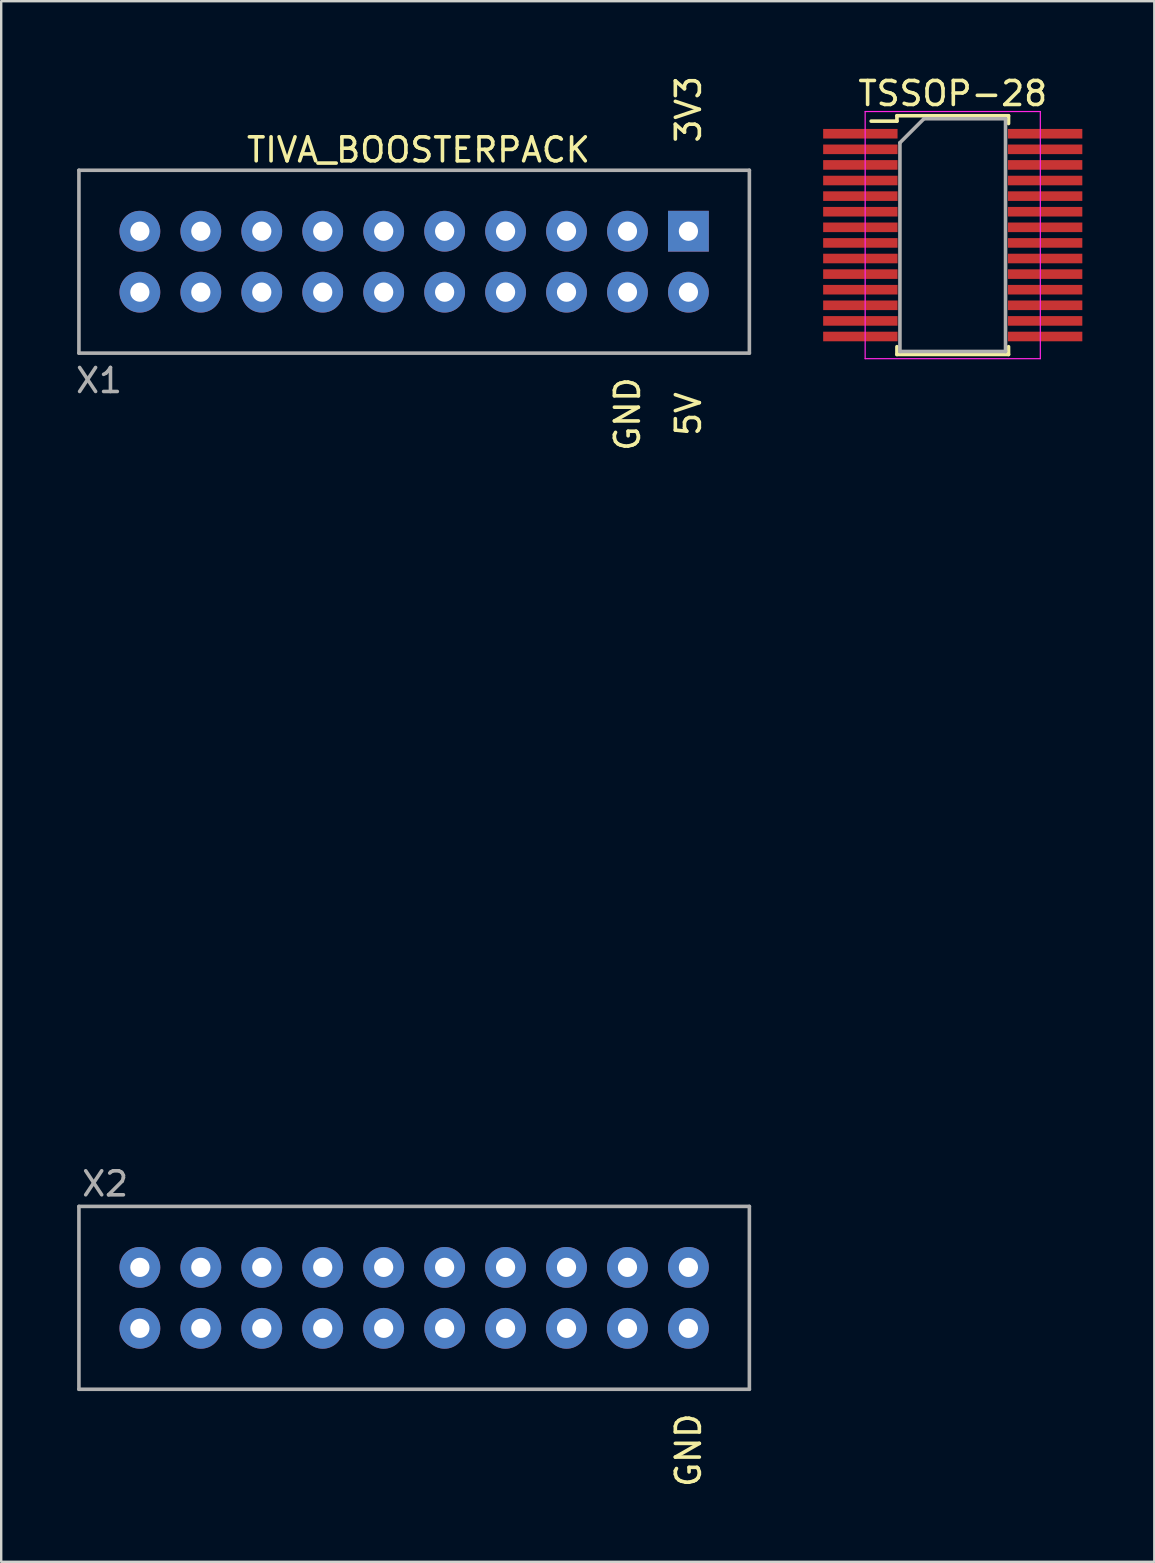
<source format=kicad_pcb>
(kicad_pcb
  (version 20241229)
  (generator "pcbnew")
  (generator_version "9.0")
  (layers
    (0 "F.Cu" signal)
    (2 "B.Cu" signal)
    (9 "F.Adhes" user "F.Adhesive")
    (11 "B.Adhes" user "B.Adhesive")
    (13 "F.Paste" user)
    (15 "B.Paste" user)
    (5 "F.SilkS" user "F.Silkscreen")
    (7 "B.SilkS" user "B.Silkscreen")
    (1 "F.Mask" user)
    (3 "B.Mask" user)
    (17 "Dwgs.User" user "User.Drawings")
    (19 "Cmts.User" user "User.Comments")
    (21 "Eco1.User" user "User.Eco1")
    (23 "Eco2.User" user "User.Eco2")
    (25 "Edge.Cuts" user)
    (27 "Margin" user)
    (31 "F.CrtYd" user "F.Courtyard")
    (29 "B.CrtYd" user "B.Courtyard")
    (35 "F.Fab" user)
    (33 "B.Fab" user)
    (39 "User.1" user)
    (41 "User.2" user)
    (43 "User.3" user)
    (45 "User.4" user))
  (footprint "TSSOP-28"
    (layer "F.Cu")
    (at 36.654 6.748)
    (property "Reference" "TSSOP-28" (at 0 -5.9 0) (layer "F.SilkS") (effects (font (size 1 1) (thickness 0.15))))
    (attr smd)
    (fp_line (start -2.325 -4.975) (end -2.325 -4.75) (stroke (width 0.15) (type solid)) (layer "F.SilkS"))
    (fp_line (start -2.325 -4.975) (end 2.325 -4.975) (stroke (width 0.15) (type solid)) (layer "F.SilkS"))
    (fp_line (start -2.325 -4.75) (end -3.4 -4.75) (stroke (width 0.15) (type solid)) (layer "F.SilkS"))
    (fp_line (start -2.325 4.975) (end -2.325 4.65) (stroke (width 0.15) (type solid)) (layer "F.SilkS"))
    (fp_line (start -2.325 4.975) (end 2.325 4.975) (stroke (width 0.15) (type solid)) (layer "F.SilkS"))
    (fp_line (start 2.325 -4.975) (end 2.325 -4.65) (stroke (width 0.15) (type solid)) (layer "F.SilkS"))
    (fp_line (start 2.325 4.975) (end 2.325 4.65) (stroke (width 0.15) (type solid)) (layer "F.SilkS"))
    (fp_line (start -3.65 -5.15) (end -3.65 5.15) (stroke (width 0.05) (type solid)) (layer "F.CrtYd"))
    (fp_line (start -3.65 -5.15) (end 3.65 -5.15) (stroke (width 0.05) (type solid)) (layer "F.CrtYd"))
    (fp_line (start -3.65 5.15) (end 3.65 5.15) (stroke (width 0.05) (type solid)) (layer "F.CrtYd"))
    (fp_line (start 3.65 -5.15) (end 3.65 5.15) (stroke (width 0.05) (type solid)) (layer "F.CrtYd"))
    (fp_line (start -2.2 -3.85) (end -1.2 -4.85) (stroke (width 0.15) (type solid)) (layer "F.Fab"))
    (fp_line (start -2.2 4.85) (end -2.2 -3.85) (stroke (width 0.15) (type solid)) (layer "F.Fab"))
    (fp_line (start -1.2 -4.85) (end 2.2 -4.85) (stroke (width 0.15) (type solid)) (layer "F.Fab"))
    (fp_line (start 2.2 -4.85) (end 2.2 4.85) (stroke (width 0.15) (type solid)) (layer "F.Fab"))
    (fp_line (start 2.2 4.85) (end -2.2 4.85) (stroke (width 0.15) (type solid)) (layer "F.Fab"))
    (pad "1" smd rect (at -3.85 -4.225) (size 3.1 0.4) (layers "F.Cu" "F.Mask" "F.Paste"))
    (pad "2" smd rect (at -3.85 -3.575) (size 3.1 0.4) (layers "F.Cu" "F.Mask" "F.Paste"))
    (pad "3" smd rect (at -3.85 -2.925) (size 3.1 0.4) (layers "F.Cu" "F.Mask" "F.Paste"))
    (pad "4" smd rect (at -3.85 -2.275) (size 3.1 0.4) (layers "F.Cu" "F.Mask" "F.Paste"))
    (pad "5" smd rect (at -3.85 -1.625) (size 3.1 0.4) (layers "F.Cu" "F.Mask" "F.Paste"))
    (pad "6" smd rect (at -3.85 -0.975) (size 3.1 0.4) (layers "F.Cu" "F.Mask" "F.Paste"))
    (pad "7" smd rect (at -3.85 -0.325) (size 3.1 0.4) (layers "F.Cu" "F.Mask" "F.Paste"))
    (pad "8" smd rect (at -3.85 0.325) (size 3.1 0.4) (layers "F.Cu" "F.Mask" "F.Paste"))
    (pad "9" smd rect (at -3.85 0.975) (size 3.1 0.4) (layers "F.Cu" "F.Mask" "F.Paste"))
    (pad "10" smd rect (at -3.85 1.625) (size 3.1 0.4) (layers "F.Cu" "F.Mask" "F.Paste"))
    (pad "11" smd rect (at -3.85 2.275) (size 3.1 0.4) (layers "F.Cu" "F.Mask" "F.Paste"))
    (pad "12" smd rect (at -3.85 2.925) (size 3.1 0.4) (layers "F.Cu" "F.Mask" "F.Paste"))
    (pad "13" smd rect (at -3.85 3.575) (size 3.1 0.4) (layers "F.Cu" "F.Mask" "F.Paste"))
    (pad "14" smd rect (at -3.85 4.225) (size 3.1 0.4) (layers "F.Cu" "F.Mask" "F.Paste"))
    (pad "15" smd rect (at 3.85 4.225) (size 3.1 0.4) (layers "F.Cu" "F.Mask" "F.Paste"))
    (pad "16" smd rect (at 3.85 3.575) (size 3.1 0.4) (layers "F.Cu" "F.Mask" "F.Paste"))
    (pad "17" smd rect (at 3.85 2.925) (size 3.1 0.4) (layers "F.Cu" "F.Mask" "F.Paste"))
    (pad "18" smd rect (at 3.85 2.275) (size 3.1 0.4) (layers "F.Cu" "F.Mask" "F.Paste"))
    (pad "19" smd rect (at 3.85 1.625) (size 3.1 0.4) (layers "F.Cu" "F.Mask" "F.Paste"))
    (pad "20" smd rect (at 3.85 0.975) (size 3.1 0.4) (layers "F.Cu" "F.Mask" "F.Paste"))
    (pad "21" smd rect (at 3.85 0.325) (size 3.1 0.4) (layers "F.Cu" "F.Mask" "F.Paste"))
    (pad "22" smd rect (at 3.85 -0.325) (size 3.1 0.4) (layers "F.Cu" "F.Mask" "F.Paste"))
    (pad "23" smd rect (at 3.85 -0.975) (size 3.1 0.4) (layers "F.Cu" "F.Mask" "F.Paste"))
    (pad "24" smd rect (at 3.85 -1.625) (size 3.1 0.4) (layers "F.Cu" "F.Mask" "F.Paste"))
    (pad "25" smd rect (at 3.85 -2.275) (size 3.1 0.4) (layers "F.Cu" "F.Mask" "F.Paste"))
    (pad "26" smd rect (at 3.85 -2.925) (size 3.1 0.4) (layers "F.Cu" "F.Mask" "F.Paste"))
    (pad "27" smd rect (at 3.85 -3.575) (size 3.1 0.4) (layers "F.Cu" "F.Mask" "F.Paste"))
    (pad "28" smd rect (at 3.85 -4.225) (size 3.1 0.4) (layers "F.Cu" "F.Mask" "F.Paste")))
  (footprint "TIVA_BOOSTERPACK"
    (layer "F.Cu")
    (at 2.779 9.126)
    (property "Reference" "TIVA_BOOSTERPACK" (at 11.61 -5.93 0) (layer "F.SilkS") (effects (font (size 1 1) (thickness 0.15))))
    (attr through_hole)
    (fp_line (start -2.54 -5.08) (end -2.54 2.54) (stroke (width 0.15) (type solid)) (layer "F.Fab"))
    (fp_line (start -2.54 2.54) (end 25.4 2.54) (stroke (width 0.15) (type solid)) (layer "F.Fab"))
    (fp_line (start -2.54 38.1) (end -2.54 45.72) (stroke (width 0.15) (type solid)) (layer "F.Fab"))
    (fp_line (start -2.54 45.72) (end 25.4 45.72) (stroke (width 0.15) (type solid)) (layer "F.Fab"))
    (fp_line (start 25.4 -5.08) (end -2.54 -5.08) (stroke (width 0.15) (type solid)) (layer "F.Fab"))
    (fp_line (start 25.4 2.54) (end 25.4 -5.08) (stroke (width 0.15) (type solid)) (layer "F.Fab"))
    (fp_line (start 25.4 38.1) (end -2.54 38.1) (stroke (width 0.15) (type solid)) (layer "F.Fab"))
    (fp_line (start 25.4 45.72) (end 25.4 38.1) (stroke (width 0.15) (type solid)) (layer "F.Fab"))
    (fp_text user "GND" (at 20.32 5.08 90) (layer "F.SilkS") (effects (font (size 1 1) (thickness 0.15))))
    (fp_text user "3V3" (at 22.86 -7.62 90) (layer "F.SilkS") (effects (font (size 1 1) (thickness 0.15))))
    (fp_text user "5V" (at 22.86 5.08 90) (layer "F.SilkS") (effects (font (size 1 1) (thickness 0.15))))
    (fp_text user "GND" (at 22.86 48.26 90) (layer "F.SilkS") (effects (font (size 1 1) (thickness 0.15))))
    (fp_text user "X2" (at -1.448 37.16 0) (layer "F.Fab") (effects (font (size 1 1) (thickness 0.15))))
    (fp_text user "X1" (at -1.702 3.683 0) (layer "F.Fab") (effects (font (size 1 1) (thickness 0.15))))
    (pad "1" thru_hole rect (at 22.86 -2.54) (size 1.7 1.7) (drill 0.8) (layers "*.Cu" "*.Mask"))
    (pad "2" thru_hole circle (at 22.86 0) (size 1.7 1.7) (drill 0.8) (layers "*.Cu" "*.Mask"))
    (pad "3" thru_hole circle (at 20.32 -2.54) (size 1.7 1.7) (drill 0.8) (layers "*.Cu" "*.Mask"))
    (pad "4" thru_hole circle (at 20.32 0) (size 1.7 1.7) (drill 0.8) (layers "*.Cu" "*.Mask"))
    (pad "5" thru_hole circle (at 17.78 -2.54) (size 1.7 1.7) (drill 0.8) (layers "*.Cu" "*.Mask"))
    (pad "6" thru_hole circle (at 17.78 0) (size 1.7 1.7) (drill 0.8) (layers "*.Cu" "*.Mask"))
    (pad "7" thru_hole circle (at 15.24 -2.54) (size 1.7 1.7) (drill 0.8) (layers "*.Cu" "*.Mask"))
    (pad "8" thru_hole circle (at 15.24 0) (size 1.7 1.7) (drill 0.8) (layers "*.Cu" "*.Mask"))
    (pad "9" thru_hole circle (at 12.7 -2.54) (size 1.7 1.7) (drill 0.8) (layers "*.Cu" "*.Mask"))
    (pad "10" thru_hole circle (at 12.7 0) (size 1.7 1.7) (drill 0.8) (layers "*.Cu" "*.Mask"))
    (pad "11" thru_hole circle (at 10.16 -2.54) (size 1.7 1.7) (drill 0.8) (layers "*.Cu" "*.Mask"))
    (pad "12" thru_hole circle (at 10.16 0) (size 1.7 1.7) (drill 0.8) (layers "*.Cu" "*.Mask"))
    (pad "13" thru_hole circle (at 7.62 -2.54) (size 1.7 1.7) (drill 0.8) (layers "*.Cu" "*.Mask"))
    (pad "14" thru_hole circle (at 7.62 0) (size 1.7 1.7) (drill 0.8) (layers "*.Cu" "*.Mask"))
    (pad "15" thru_hole circle (at 5.08 -2.54) (size 1.7 1.7) (drill 0.8) (layers "*.Cu" "*.Mask"))
    (pad "16" thru_hole circle (at 5.08 0) (size 1.7 1.7) (drill 0.8) (layers "*.Cu" "*.Mask"))
    (pad "17" thru_hole circle (at 2.54 -2.54) (size 1.7 1.7) (drill 0.8) (layers "*.Cu" "*.Mask"))
    (pad "18" thru_hole circle (at 2.54 0) (size 1.7 1.7) (drill 0.8) (layers "*.Cu" "*.Mask"))
    (pad "19" thru_hole circle (at 0 -2.54) (size 1.7 1.7) (drill 0.8) (layers "*.Cu" "*.Mask"))
    (pad "20" thru_hole circle (at 0 0) (size 1.7 1.7) (drill 0.8) (layers "*.Cu" "*.Mask"))
    (pad "21" thru_hole circle (at 22.86 40.64) (size 1.7 1.7) (drill 0.8) (layers "*.Cu" "*.Mask"))
    (pad "22" thru_hole circle (at 22.86 43.18) (size 1.7 1.7) (drill 0.8) (layers "*.Cu" "*.Mask"))
    (pad "23" thru_hole circle (at 20.32 40.64) (size 1.7 1.7) (drill 0.8) (layers "*.Cu" "*.Mask"))
    (pad "24" thru_hole circle (at 20.32 43.18) (size 1.7 1.7) (drill 0.8) (layers "*.Cu" "*.Mask"))
    (pad "25" thru_hole circle (at 17.78 40.64) (size 1.7 1.7) (drill 0.8) (layers "*.Cu" "*.Mask"))
    (pad "26" thru_hole circle (at 17.78 43.18) (size 1.7 1.7) (drill 0.8) (layers "*.Cu" "*.Mask"))
    (pad "27" thru_hole circle (at 15.24 40.64) (size 1.7 1.7) (drill 0.8) (layers "*.Cu" "*.Mask"))
    (pad "28" thru_hole circle (at 15.24 43.18) (size 1.7 1.7) (drill 0.8) (layers "*.Cu" "*.Mask"))
    (pad "29" thru_hole circle (at 12.7 40.64) (size 1.7 1.7) (drill 0.8) (layers "*.Cu" "*.Mask"))
    (pad "30" thru_hole circle (at 12.7 43.18) (size 1.7 1.7) (drill 0.8) (layers "*.Cu" "*.Mask"))
    (pad "31" thru_hole circle (at 10.16 40.64) (size 1.7 1.7) (drill 0.8) (layers "*.Cu" "*.Mask"))
    (pad "32" thru_hole circle (at 10.16 43.18) (size 1.7 1.7) (drill 0.8) (layers "*.Cu" "*.Mask"))
    (pad "33" thru_hole circle (at 7.62 40.64) (size 1.7 1.7) (drill 0.8) (layers "*.Cu" "*.Mask"))
    (pad "34" thru_hole circle (at 7.62 43.18) (size 1.7 1.7) (drill 0.8) (layers "*.Cu" "*.Mask"))
    (pad "35" thru_hole circle (at 5.08 40.64) (size 1.7 1.7) (drill 0.8) (layers "*.Cu" "*.Mask"))
    (pad "36" thru_hole circle (at 5.08 43.18) (size 1.7 1.7) (drill 0.8) (layers "*.Cu" "*.Mask"))
    (pad "37" thru_hole circle (at 2.54 40.64) (size 1.7 1.7) (drill 0.8) (layers "*.Cu" "*.Mask"))
    (pad "38" thru_hole circle (at 2.54 43.18) (size 1.7 1.7) (drill 0.8) (layers "*.Cu" "*.Mask"))
    (pad "39" thru_hole circle (at 0 40.64) (size 1.7 1.7) (drill 0.8) (layers "*.Cu" "*.Mask"))
    (pad "40" thru_hole circle (at 0 43.18) (size 1.7 1.7) (drill 0.8) (layers "*.Cu" "*.Mask")))
  (gr_rect
    (start -3 -3)
    (end 45.054 62.035)
    (stroke (width 0.1) (type default))
    (fill no)
    (layer "Edge.Cuts")))
</source>
